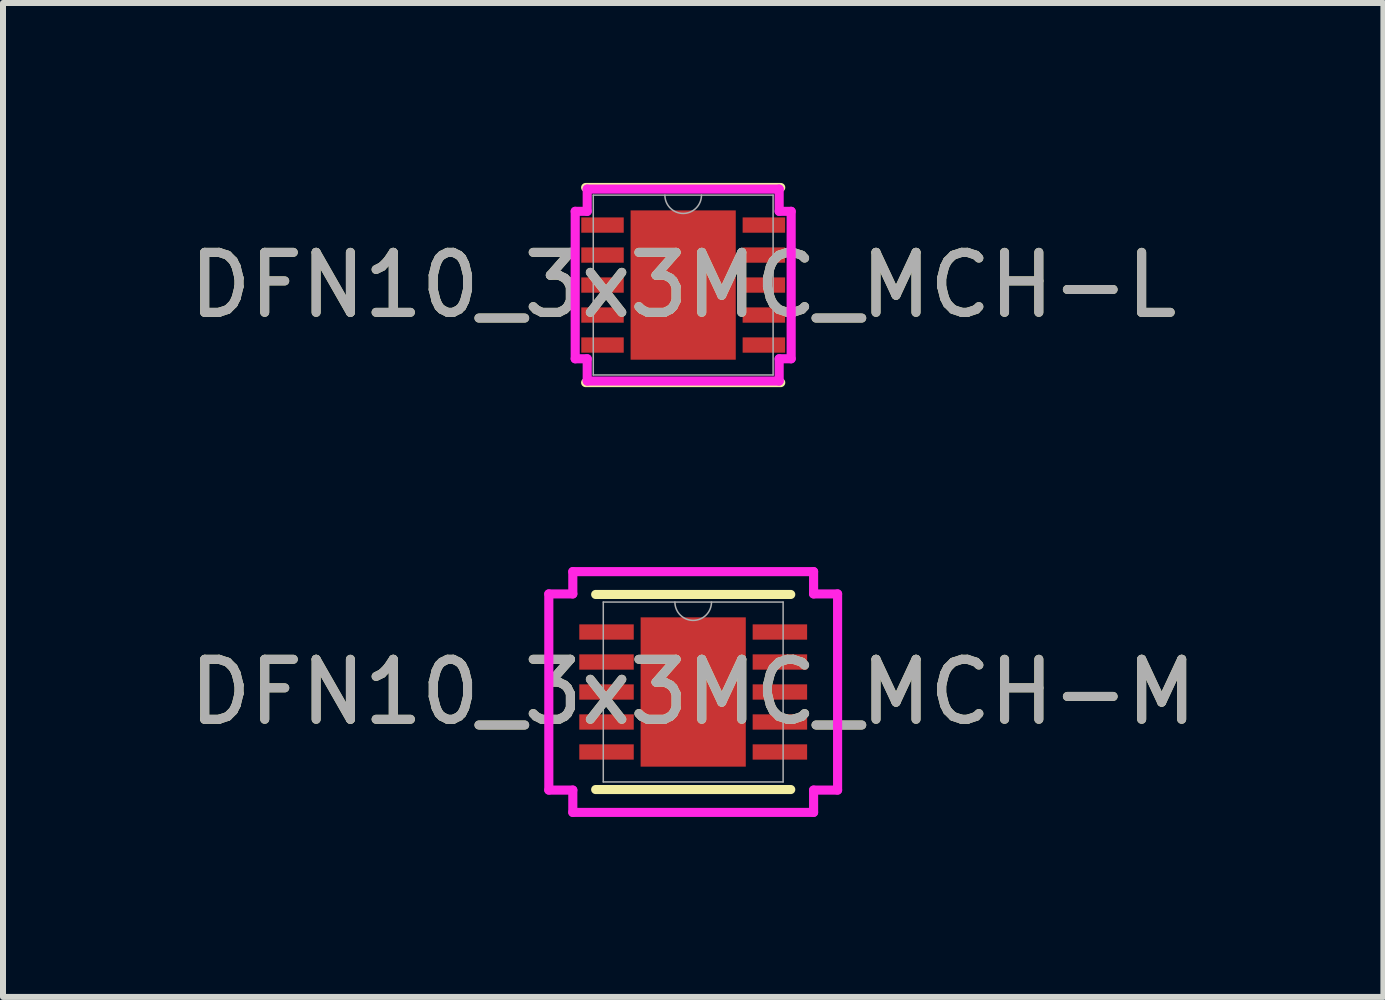
<source format=kicad_pcb>
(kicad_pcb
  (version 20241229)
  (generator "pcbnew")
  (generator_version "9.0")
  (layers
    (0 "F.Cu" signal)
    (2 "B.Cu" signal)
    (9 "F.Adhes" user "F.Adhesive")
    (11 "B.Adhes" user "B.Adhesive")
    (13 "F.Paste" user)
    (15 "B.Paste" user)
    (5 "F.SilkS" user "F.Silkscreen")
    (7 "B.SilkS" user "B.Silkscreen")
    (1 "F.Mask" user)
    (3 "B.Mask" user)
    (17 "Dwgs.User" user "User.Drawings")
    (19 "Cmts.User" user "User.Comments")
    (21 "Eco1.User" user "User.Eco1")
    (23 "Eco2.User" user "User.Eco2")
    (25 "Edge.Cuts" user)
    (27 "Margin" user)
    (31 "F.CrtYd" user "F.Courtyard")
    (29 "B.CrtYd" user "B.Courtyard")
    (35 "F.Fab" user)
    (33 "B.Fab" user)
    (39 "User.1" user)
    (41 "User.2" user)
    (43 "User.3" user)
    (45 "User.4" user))
  (footprint "DFN10_3x3MC_MCH-M"
    (layer "F.Cu")
    (at 8.506 8.486)
    (property "Reference" "DFN10_3x3MC_MCH-M" (at 0 0 0) (unlocked yes) (layer "F.SilkS") (effects (font (size 1 1) (thickness 0.15))))
    (attr smd)
    (fp_line (start -1.626 1.626) (end 1.626 1.626) (stroke (width 0.152) (type solid)) (layer "F.SilkS"))
    (fp_line (start 1.626 -1.626) (end -1.626 -1.626) (stroke (width 0.152) (type solid)) (layer "F.SilkS"))
    (fp_line (start -2.407 -1.635) (end -2.007 -1.635) (stroke (width 0.152) (type solid)) (layer "F.CrtYd"))
    (fp_line (start -2.407 1.635) (end -2.407 -1.635) (stroke (width 0.152) (type solid)) (layer "F.CrtYd"))
    (fp_line (start -2.407 1.635) (end -2.007 1.635) (stroke (width 0.152) (type solid)) (layer "F.CrtYd"))
    (fp_line (start -2.007 -2.007) (end 2.007 -2.007) (stroke (width 0.152) (type solid)) (layer "F.CrtYd"))
    (fp_line (start -2.007 -1.635) (end -2.007 -2.007) (stroke (width 0.152) (type solid)) (layer "F.CrtYd"))
    (fp_line (start -2.007 2.007) (end -2.007 1.635) (stroke (width 0.152) (type solid)) (layer "F.CrtYd"))
    (fp_line (start 2.007 -2.007) (end 2.007 -1.635) (stroke (width 0.152) (type solid)) (layer "F.CrtYd"))
    (fp_line (start 2.007 1.635) (end 2.007 2.007) (stroke (width 0.152) (type solid)) (layer "F.CrtYd"))
    (fp_line (start 2.007 2.007) (end -2.007 2.007) (stroke (width 0.152) (type solid)) (layer "F.CrtYd"))
    (fp_line (start 2.407 -1.635) (end 2.007 -1.635) (stroke (width 0.152) (type solid)) (layer "F.CrtYd"))
    (fp_line (start 2.407 -1.635) (end 2.407 1.635) (stroke (width 0.152) (type solid)) (layer "F.CrtYd"))
    (fp_line (start 2.407 1.635) (end 2.007 1.635) (stroke (width 0.152) (type solid)) (layer "F.CrtYd"))
    (fp_line (start -1.499 -1.499) (end -1.499 1.499) (stroke (width 0.025) (type solid)) (layer "F.Fab"))
    (fp_line (start -1.499 1.499) (end 1.499 1.499) (stroke (width 0.025) (type solid)) (layer "F.Fab"))
    (fp_line (start 1.499 -1.499) (end -1.499 -1.499) (stroke (width 0.025) (type solid)) (layer "F.Fab"))
    (fp_line (start 1.499 1.499) (end 1.499 -1.499) (stroke (width 0.025) (type solid)) (layer "F.Fab"))
    (fp_arc (start 0.3048 -1.4986) (mid 0 -1.1938) (end -0.3048 -1.4986) (stroke (width 0.0254) (type solid)) (layer "F.Fab"))
    (fp_text user "${REFERENCE}" (at 0 0 0) (unlocked yes) (layer "F.Fab") (effects (font (size 1 1) (thickness 0.15))))
    (pad "1" smd rect (at -1.445 -1) (size 0.908 0.255) (layers "F.Cu" "F.Mask" "F.Paste"))
    (pad "2" smd rect (at -1.445 -0.5) (size 0.908 0.255) (layers "F.Cu" "F.Mask" "F.Paste"))
    (pad "3" smd rect (at -1.445 0) (size 0.908 0.255) (layers "F.Cu" "F.Mask" "F.Paste"))
    (pad "4" smd rect (at -1.445 0.5) (size 0.908 0.255) (layers "F.Cu" "F.Mask" "F.Paste"))
    (pad "5" smd rect (at -1.445 1) (size 0.908 0.255) (layers "F.Cu" "F.Mask" "F.Paste"))
    (pad "6" smd rect (at 1.445 1) (size 0.908 0.255) (layers "F.Cu" "F.Mask" "F.Paste"))
    (pad "7" smd rect (at 1.445 0.5) (size 0.908 0.255) (layers "F.Cu" "F.Mask" "F.Paste"))
    (pad "8" smd rect (at 1.445 0) (size 0.908 0.255) (layers "F.Cu" "F.Mask" "F.Paste"))
    (pad "9" smd rect (at 1.445 -0.5) (size 0.908 0.255) (layers "F.Cu" "F.Mask" "F.Paste"))
    (pad "10" smd rect (at 1.445 -1) (size 0.908 0.255) (layers "F.Cu" "F.Mask" "F.Paste"))
    (pad "11" smd rect (at 0 0) (size 1.753 2.489) (layers "F.Cu" "F.Mask" "F.Paste")))
  (footprint "DFN10_3x3MC_MCH-L"
    (layer "F.Cu")
    (at 8.339 1.702)
    (property "Reference" "DFN10_3x3MC_MCH-L" (at 0 0 0) (unlocked yes) (layer "F.SilkS") (effects (font (size 1 1) (thickness 0.15))))
    (attr smd)
    (fp_line (start -1.626 1.626) (end 1.626 1.626) (stroke (width 0.152) (type solid)) (layer "F.SilkS"))
    (fp_line (start 1.626 -1.626) (end -1.626 -1.626) (stroke (width 0.152) (type solid)) (layer "F.SilkS"))
    (fp_line (start -1.8 -1.229) (end -1.6 -1.229) (stroke (width 0.152) (type solid)) (layer "F.CrtYd"))
    (fp_line (start -1.8 1.229) (end -1.8 -1.229) (stroke (width 0.152) (type solid)) (layer "F.CrtYd"))
    (fp_line (start -1.8 1.229) (end -1.6 1.229) (stroke (width 0.152) (type solid)) (layer "F.CrtYd"))
    (fp_line (start -1.6 -1.6) (end 1.6 -1.6) (stroke (width 0.152) (type solid)) (layer "F.CrtYd"))
    (fp_line (start -1.6 -1.229) (end -1.6 -1.6) (stroke (width 0.152) (type solid)) (layer "F.CrtYd"))
    (fp_line (start -1.6 1.6) (end -1.6 1.229) (stroke (width 0.152) (type solid)) (layer "F.CrtYd"))
    (fp_line (start 1.6 -1.6) (end 1.6 -1.229) (stroke (width 0.152) (type solid)) (layer "F.CrtYd"))
    (fp_line (start 1.6 1.229) (end 1.6 1.6) (stroke (width 0.152) (type solid)) (layer "F.CrtYd"))
    (fp_line (start 1.6 1.6) (end -1.6 1.6) (stroke (width 0.152) (type solid)) (layer "F.CrtYd"))
    (fp_line (start 1.8 -1.229) (end 1.6 -1.229) (stroke (width 0.152) (type solid)) (layer "F.CrtYd"))
    (fp_line (start 1.8 -1.229) (end 1.8 1.229) (stroke (width 0.152) (type solid)) (layer "F.CrtYd"))
    (fp_line (start 1.8 1.229) (end 1.6 1.229) (stroke (width 0.152) (type solid)) (layer "F.CrtYd"))
    (fp_line (start -1.499 -1.499) (end -1.499 1.499) (stroke (width 0.025) (type solid)) (layer "F.Fab"))
    (fp_line (start -1.499 1.499) (end 1.499 1.499) (stroke (width 0.025) (type solid)) (layer "F.Fab"))
    (fp_line (start 1.499 -1.499) (end -1.499 -1.499) (stroke (width 0.025) (type solid)) (layer "F.Fab"))
    (fp_line (start 1.499 1.499) (end 1.499 -1.499) (stroke (width 0.025) (type solid)) (layer "F.Fab"))
    (fp_arc (start 0.3048 -1.4986) (mid 0 -1.1938) (end -0.3048 -1.4986) (stroke (width 0.0254) (type solid)) (layer "F.Fab"))
    (fp_text user "${REFERENCE}" (at 0 0 0) (unlocked yes) (layer "F.Fab") (effects (font (size 1 1) (thickness 0.15))))
    (pad "1" smd rect (at -1.345 -1) (size 0.708 0.255) (layers "F.Cu" "F.Mask" "F.Paste"))
    (pad "2" smd rect (at -1.345 -0.5) (size 0.708 0.255) (layers "F.Cu" "F.Mask" "F.Paste"))
    (pad "3" smd rect (at -1.345 0) (size 0.708 0.255) (layers "F.Cu" "F.Mask" "F.Paste"))
    (pad "4" smd rect (at -1.345 0.5) (size 0.708 0.255) (layers "F.Cu" "F.Mask" "F.Paste"))
    (pad "5" smd rect (at -1.345 1) (size 0.708 0.255) (layers "F.Cu" "F.Mask" "F.Paste"))
    (pad "6" smd rect (at 1.345 1) (size 0.708 0.255) (layers "F.Cu" "F.Mask" "F.Paste"))
    (pad "7" smd rect (at 1.345 0.5) (size 0.708 0.255) (layers "F.Cu" "F.Mask" "F.Paste"))
    (pad "8" smd rect (at 1.345 0) (size 0.708 0.255) (layers "F.Cu" "F.Mask" "F.Paste"))
    (pad "9" smd rect (at 1.345 -0.5) (size 0.708 0.255) (layers "F.Cu" "F.Mask" "F.Paste"))
    (pad "10" smd rect (at 1.345 -1) (size 0.708 0.255) (layers "F.Cu" "F.Mask" "F.Paste"))
    (pad "11" smd rect (at 0 0) (size 1.753 2.489) (layers "F.Cu" "F.Mask" "F.Paste")))
  (gr_rect
    (start -3 -3)
    (end 20.012 13.569)
    (stroke (width 0.1) (type default))
    (fill no)
    (layer "Edge.Cuts")))
</source>
